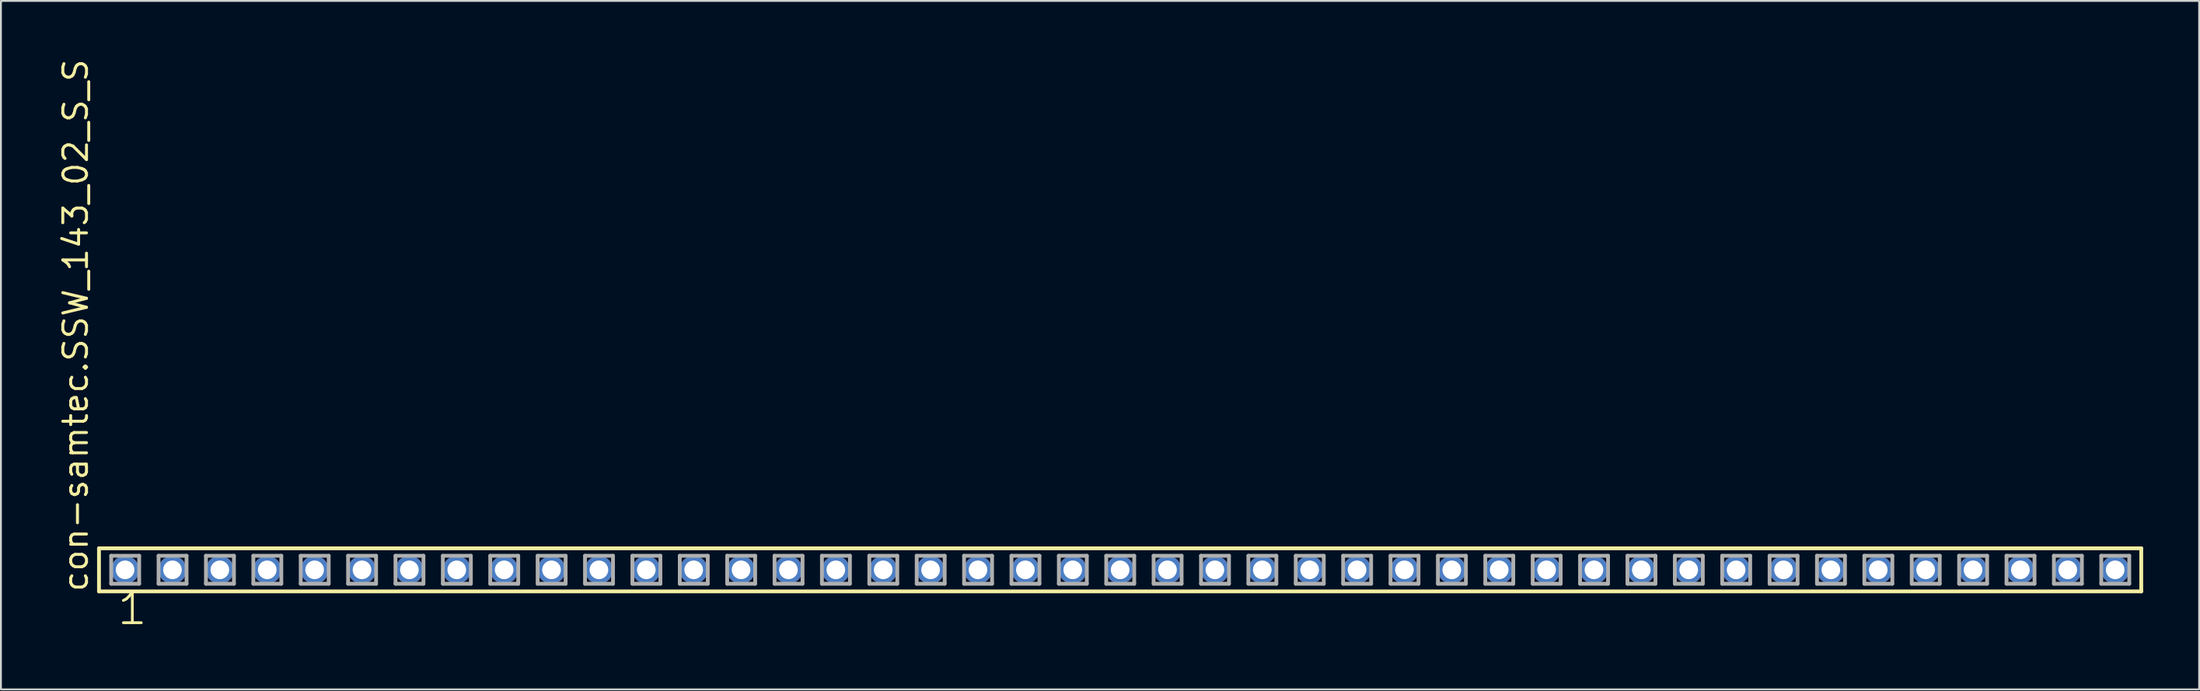
<source format=kicad_pcb>
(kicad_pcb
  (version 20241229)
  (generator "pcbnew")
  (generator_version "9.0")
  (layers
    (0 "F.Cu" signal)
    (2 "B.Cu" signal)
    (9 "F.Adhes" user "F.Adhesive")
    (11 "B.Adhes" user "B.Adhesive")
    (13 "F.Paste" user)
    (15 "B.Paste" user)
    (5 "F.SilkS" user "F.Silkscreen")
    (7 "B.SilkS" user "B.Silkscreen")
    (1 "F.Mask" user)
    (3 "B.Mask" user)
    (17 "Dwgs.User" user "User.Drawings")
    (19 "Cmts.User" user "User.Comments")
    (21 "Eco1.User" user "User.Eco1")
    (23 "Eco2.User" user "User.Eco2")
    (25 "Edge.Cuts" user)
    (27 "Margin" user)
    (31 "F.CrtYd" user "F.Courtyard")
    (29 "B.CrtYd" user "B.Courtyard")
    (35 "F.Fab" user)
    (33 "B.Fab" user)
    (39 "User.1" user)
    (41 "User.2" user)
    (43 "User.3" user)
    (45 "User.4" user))
  (footprint "con-samtec.SSW_143_02_S_S"
    (layer "F.Cu")
    (at 56.995 27.501)
    (property "Reference" "con-samtec.SSW_143_02_S_S" (at -55.245 1.27 90) (layer "F.SilkS") (effects (font (size 1.27 1.27) (thickness 0.16)) (justify left bottom)))
    (attr through_hole)
    (fp_line (start -54.739 -1.155) (end 54.739 -1.155) (stroke (width 0.203) (type default)) (layer "F.SilkS"))
    (fp_line (start -54.739 1.155) (end -54.739 -1.155) (stroke (width 0.203) (type default)) (layer "F.SilkS"))
    (fp_line (start 54.739 -1.155) (end 54.739 1.155) (stroke (width 0.203) (type default)) (layer "F.SilkS"))
    (fp_line (start 54.739 1.155) (end -54.739 1.155) (stroke (width 0.203) (type default)) (layer "F.SilkS"))
    (fp_line (start -54.085 -0.755) (end -52.585 -0.755) (stroke (width 0.203) (type default)) (layer "F.Fab"))
    (fp_line (start -54.085 0.745) (end -54.085 -0.755) (stroke (width 0.203) (type default)) (layer "F.Fab"))
    (fp_line (start -52.585 -0.755) (end -52.585 0.745) (stroke (width 0.203) (type default)) (layer "F.Fab"))
    (fp_line (start -52.585 0.745) (end -54.085 0.745) (stroke (width 0.203) (type default)) (layer "F.Fab"))
    (fp_line (start -51.545 -0.755) (end -50.045 -0.755) (stroke (width 0.203) (type default)) (layer "F.Fab"))
    (fp_line (start -51.545 0.745) (end -51.545 -0.755) (stroke (width 0.203) (type default)) (layer "F.Fab"))
    (fp_line (start -50.045 -0.755) (end -50.045 0.745) (stroke (width 0.203) (type default)) (layer "F.Fab"))
    (fp_line (start -50.045 0.745) (end -51.545 0.745) (stroke (width 0.203) (type default)) (layer "F.Fab"))
    (fp_line (start -49.005 -0.755) (end -47.505 -0.755) (stroke (width 0.203) (type default)) (layer "F.Fab"))
    (fp_line (start -49.005 0.745) (end -49.005 -0.755) (stroke (width 0.203) (type default)) (layer "F.Fab"))
    (fp_line (start -47.505 -0.755) (end -47.505 0.745) (stroke (width 0.203) (type default)) (layer "F.Fab"))
    (fp_line (start -47.505 0.745) (end -49.005 0.745) (stroke (width 0.203) (type default)) (layer "F.Fab"))
    (fp_line (start -46.465 -0.755) (end -44.965 -0.755) (stroke (width 0.203) (type default)) (layer "F.Fab"))
    (fp_line (start -46.465 0.745) (end -46.465 -0.755) (stroke (width 0.203) (type default)) (layer "F.Fab"))
    (fp_line (start -44.965 -0.755) (end -44.965 0.745) (stroke (width 0.203) (type default)) (layer "F.Fab"))
    (fp_line (start -44.965 0.745) (end -46.465 0.745) (stroke (width 0.203) (type default)) (layer "F.Fab"))
    (fp_line (start -43.925 -0.755) (end -42.425 -0.755) (stroke (width 0.203) (type default)) (layer "F.Fab"))
    (fp_line (start -43.925 0.745) (end -43.925 -0.755) (stroke (width 0.203) (type default)) (layer "F.Fab"))
    (fp_line (start -42.425 -0.755) (end -42.425 0.745) (stroke (width 0.203) (type default)) (layer "F.Fab"))
    (fp_line (start -42.425 0.745) (end -43.925 0.745) (stroke (width 0.203) (type default)) (layer "F.Fab"))
    (fp_line (start -41.385 -0.755) (end -39.885 -0.755) (stroke (width 0.203) (type default)) (layer "F.Fab"))
    (fp_line (start -41.385 0.745) (end -41.385 -0.755) (stroke (width 0.203) (type default)) (layer "F.Fab"))
    (fp_line (start -39.885 -0.755) (end -39.885 0.745) (stroke (width 0.203) (type default)) (layer "F.Fab"))
    (fp_line (start -39.885 0.745) (end -41.385 0.745) (stroke (width 0.203) (type default)) (layer "F.Fab"))
    (fp_line (start -38.845 -0.755) (end -37.345 -0.755) (stroke (width 0.203) (type default)) (layer "F.Fab"))
    (fp_line (start -38.845 0.745) (end -38.845 -0.755) (stroke (width 0.203) (type default)) (layer "F.Fab"))
    (fp_line (start -37.345 -0.755) (end -37.345 0.745) (stroke (width 0.203) (type default)) (layer "F.Fab"))
    (fp_line (start -37.345 0.745) (end -38.845 0.745) (stroke (width 0.203) (type default)) (layer "F.Fab"))
    (fp_line (start -36.305 -0.755) (end -34.805 -0.755) (stroke (width 0.203) (type default)) (layer "F.Fab"))
    (fp_line (start -36.305 0.745) (end -36.305 -0.755) (stroke (width 0.203) (type default)) (layer "F.Fab"))
    (fp_line (start -34.805 -0.755) (end -34.805 0.745) (stroke (width 0.203) (type default)) (layer "F.Fab"))
    (fp_line (start -34.805 0.745) (end -36.305 0.745) (stroke (width 0.203) (type default)) (layer "F.Fab"))
    (fp_line (start -33.765 -0.755) (end -32.265 -0.755) (stroke (width 0.203) (type default)) (layer "F.Fab"))
    (fp_line (start -33.765 0.745) (end -33.765 -0.755) (stroke (width 0.203) (type default)) (layer "F.Fab"))
    (fp_line (start -32.265 -0.755) (end -32.265 0.745) (stroke (width 0.203) (type default)) (layer "F.Fab"))
    (fp_line (start -32.265 0.745) (end -33.765 0.745) (stroke (width 0.203) (type default)) (layer "F.Fab"))
    (fp_line (start -31.225 -0.755) (end -29.725 -0.755) (stroke (width 0.203) (type default)) (layer "F.Fab"))
    (fp_line (start -31.225 0.745) (end -31.225 -0.755) (stroke (width 0.203) (type default)) (layer "F.Fab"))
    (fp_line (start -29.725 -0.755) (end -29.725 0.745) (stroke (width 0.203) (type default)) (layer "F.Fab"))
    (fp_line (start -29.725 0.745) (end -31.225 0.745) (stroke (width 0.203) (type default)) (layer "F.Fab"))
    (fp_line (start -28.685 -0.755) (end -27.185 -0.755) (stroke (width 0.203) (type default)) (layer "F.Fab"))
    (fp_line (start -28.685 0.745) (end -28.685 -0.755) (stroke (width 0.203) (type default)) (layer "F.Fab"))
    (fp_line (start -27.185 -0.755) (end -27.185 0.745) (stroke (width 0.203) (type default)) (layer "F.Fab"))
    (fp_line (start -27.185 0.745) (end -28.685 0.745) (stroke (width 0.203) (type default)) (layer "F.Fab"))
    (fp_line (start -26.145 -0.755) (end -24.645 -0.755) (stroke (width 0.203) (type default)) (layer "F.Fab"))
    (fp_line (start -26.145 0.745) (end -26.145 -0.755) (stroke (width 0.203) (type default)) (layer "F.Fab"))
    (fp_line (start -24.645 -0.755) (end -24.645 0.745) (stroke (width 0.203) (type default)) (layer "F.Fab"))
    (fp_line (start -24.645 0.745) (end -26.145 0.745) (stroke (width 0.203) (type default)) (layer "F.Fab"))
    (fp_line (start -23.605 -0.755) (end -22.105 -0.755) (stroke (width 0.203) (type default)) (layer "F.Fab"))
    (fp_line (start -23.605 0.745) (end -23.605 -0.755) (stroke (width 0.203) (type default)) (layer "F.Fab"))
    (fp_line (start -22.105 -0.755) (end -22.105 0.745) (stroke (width 0.203) (type default)) (layer "F.Fab"))
    (fp_line (start -22.105 0.745) (end -23.605 0.745) (stroke (width 0.203) (type default)) (layer "F.Fab"))
    (fp_line (start -21.065 -0.755) (end -19.565 -0.755) (stroke (width 0.203) (type default)) (layer "F.Fab"))
    (fp_line (start -21.065 0.745) (end -21.065 -0.755) (stroke (width 0.203) (type default)) (layer "F.Fab"))
    (fp_line (start -19.565 -0.755) (end -19.565 0.745) (stroke (width 0.203) (type default)) (layer "F.Fab"))
    (fp_line (start -19.565 0.745) (end -21.065 0.745) (stroke (width 0.203) (type default)) (layer "F.Fab"))
    (fp_line (start -18.525 -0.755) (end -17.025 -0.755) (stroke (width 0.203) (type default)) (layer "F.Fab"))
    (fp_line (start -18.525 0.745) (end -18.525 -0.755) (stroke (width 0.203) (type default)) (layer "F.Fab"))
    (fp_line (start -17.025 -0.755) (end -17.025 0.745) (stroke (width 0.203) (type default)) (layer "F.Fab"))
    (fp_line (start -17.025 0.745) (end -18.525 0.745) (stroke (width 0.203) (type default)) (layer "F.Fab"))
    (fp_line (start -15.985 -0.755) (end -14.485 -0.755) (stroke (width 0.203) (type default)) (layer "F.Fab"))
    (fp_line (start -15.985 0.745) (end -15.985 -0.755) (stroke (width 0.203) (type default)) (layer "F.Fab"))
    (fp_line (start -14.485 -0.755) (end -14.485 0.745) (stroke (width 0.203) (type default)) (layer "F.Fab"))
    (fp_line (start -14.485 0.745) (end -15.985 0.745) (stroke (width 0.203) (type default)) (layer "F.Fab"))
    (fp_line (start -13.445 -0.755) (end -11.945 -0.755) (stroke (width 0.203) (type default)) (layer "F.Fab"))
    (fp_line (start -13.445 0.745) (end -13.445 -0.755) (stroke (width 0.203) (type default)) (layer "F.Fab"))
    (fp_line (start -11.945 -0.755) (end -11.945 0.745) (stroke (width 0.203) (type default)) (layer "F.Fab"))
    (fp_line (start -11.945 0.745) (end -13.445 0.745) (stroke (width 0.203) (type default)) (layer "F.Fab"))
    (fp_line (start -10.905 -0.755) (end -9.405 -0.755) (stroke (width 0.203) (type default)) (layer "F.Fab"))
    (fp_line (start -10.905 0.745) (end -10.905 -0.755) (stroke (width 0.203) (type default)) (layer "F.Fab"))
    (fp_line (start -9.405 -0.755) (end -9.405 0.745) (stroke (width 0.203) (type default)) (layer "F.Fab"))
    (fp_line (start -9.405 0.745) (end -10.905 0.745) (stroke (width 0.203) (type default)) (layer "F.Fab"))
    (fp_line (start -8.365 -0.755) (end -6.865 -0.755) (stroke (width 0.203) (type default)) (layer "F.Fab"))
    (fp_line (start -8.365 0.745) (end -8.365 -0.755) (stroke (width 0.203) (type default)) (layer "F.Fab"))
    (fp_line (start -6.865 -0.755) (end -6.865 0.745) (stroke (width 0.203) (type default)) (layer "F.Fab"))
    (fp_line (start -6.865 0.745) (end -8.365 0.745) (stroke (width 0.203) (type default)) (layer "F.Fab"))
    (fp_line (start -5.825 -0.755) (end -4.325 -0.755) (stroke (width 0.203) (type default)) (layer "F.Fab"))
    (fp_line (start -5.825 0.745) (end -5.825 -0.755) (stroke (width 0.203) (type default)) (layer "F.Fab"))
    (fp_line (start -4.325 -0.755) (end -4.325 0.745) (stroke (width 0.203) (type default)) (layer "F.Fab"))
    (fp_line (start -4.325 0.745) (end -5.825 0.745) (stroke (width 0.203) (type default)) (layer "F.Fab"))
    (fp_line (start -3.285 -0.755) (end -1.785 -0.755) (stroke (width 0.203) (type default)) (layer "F.Fab"))
    (fp_line (start -3.285 0.745) (end -3.285 -0.755) (stroke (width 0.203) (type default)) (layer "F.Fab"))
    (fp_line (start -1.785 -0.755) (end -1.785 0.745) (stroke (width 0.203) (type default)) (layer "F.Fab"))
    (fp_line (start -1.785 0.745) (end -3.285 0.745) (stroke (width 0.203) (type default)) (layer "F.Fab"))
    (fp_line (start -0.745 -0.755) (end 0.755 -0.755) (stroke (width 0.203) (type default)) (layer "F.Fab"))
    (fp_line (start -0.745 0.745) (end -0.745 -0.755) (stroke (width 0.203) (type default)) (layer "F.Fab"))
    (fp_line (start 0.755 -0.755) (end 0.755 0.745) (stroke (width 0.203) (type default)) (layer "F.Fab"))
    (fp_line (start 0.755 0.745) (end -0.745 0.745) (stroke (width 0.203) (type default)) (layer "F.Fab"))
    (fp_line (start 1.795 -0.755) (end 3.295 -0.755) (stroke (width 0.203) (type default)) (layer "F.Fab"))
    (fp_line (start 1.795 0.745) (end 1.795 -0.755) (stroke (width 0.203) (type default)) (layer "F.Fab"))
    (fp_line (start 3.295 -0.755) (end 3.295 0.745) (stroke (width 0.203) (type default)) (layer "F.Fab"))
    (fp_line (start 3.295 0.745) (end 1.795 0.745) (stroke (width 0.203) (type default)) (layer "F.Fab"))
    (fp_line (start 4.335 -0.755) (end 5.835 -0.755) (stroke (width 0.203) (type default)) (layer "F.Fab"))
    (fp_line (start 4.335 0.745) (end 4.335 -0.755) (stroke (width 0.203) (type default)) (layer "F.Fab"))
    (fp_line (start 5.835 -0.755) (end 5.835 0.745) (stroke (width 0.203) (type default)) (layer "F.Fab"))
    (fp_line (start 5.835 0.745) (end 4.335 0.745) (stroke (width 0.203) (type default)) (layer "F.Fab"))
    (fp_line (start 6.875 -0.755) (end 8.375 -0.755) (stroke (width 0.203) (type default)) (layer "F.Fab"))
    (fp_line (start 6.875 0.745) (end 6.875 -0.755) (stroke (width 0.203) (type default)) (layer "F.Fab"))
    (fp_line (start 8.375 -0.755) (end 8.375 0.745) (stroke (width 0.203) (type default)) (layer "F.Fab"))
    (fp_line (start 8.375 0.745) (end 6.875 0.745) (stroke (width 0.203) (type default)) (layer "F.Fab"))
    (fp_line (start 9.415 -0.755) (end 10.915 -0.755) (stroke (width 0.203) (type default)) (layer "F.Fab"))
    (fp_line (start 9.415 0.745) (end 9.415 -0.755) (stroke (width 0.203) (type default)) (layer "F.Fab"))
    (fp_line (start 10.915 -0.755) (end 10.915 0.745) (stroke (width 0.203) (type default)) (layer "F.Fab"))
    (fp_line (start 10.915 0.745) (end 9.415 0.745) (stroke (width 0.203) (type default)) (layer "F.Fab"))
    (fp_line (start 11.955 -0.755) (end 13.455 -0.755) (stroke (width 0.203) (type default)) (layer "F.Fab"))
    (fp_line (start 11.955 0.745) (end 11.955 -0.755) (stroke (width 0.203) (type default)) (layer "F.Fab"))
    (fp_line (start 13.455 -0.755) (end 13.455 0.745) (stroke (width 0.203) (type default)) (layer "F.Fab"))
    (fp_line (start 13.455 0.745) (end 11.955 0.745) (stroke (width 0.203) (type default)) (layer "F.Fab"))
    (fp_line (start 14.495 -0.755) (end 15.995 -0.755) (stroke (width 0.203) (type default)) (layer "F.Fab"))
    (fp_line (start 14.495 0.745) (end 14.495 -0.755) (stroke (width 0.203) (type default)) (layer "F.Fab"))
    (fp_line (start 15.995 -0.755) (end 15.995 0.745) (stroke (width 0.203) (type default)) (layer "F.Fab"))
    (fp_line (start 15.995 0.745) (end 14.495 0.745) (stroke (width 0.203) (type default)) (layer "F.Fab"))
    (fp_line (start 17.035 -0.755) (end 18.535 -0.755) (stroke (width 0.203) (type default)) (layer "F.Fab"))
    (fp_line (start 17.035 0.745) (end 17.035 -0.755) (stroke (width 0.203) (type default)) (layer "F.Fab"))
    (fp_line (start 18.535 -0.755) (end 18.535 0.745) (stroke (width 0.203) (type default)) (layer "F.Fab"))
    (fp_line (start 18.535 0.745) (end 17.035 0.745) (stroke (width 0.203) (type default)) (layer "F.Fab"))
    (fp_line (start 19.575 -0.755) (end 21.075 -0.755) (stroke (width 0.203) (type default)) (layer "F.Fab"))
    (fp_line (start 19.575 0.745) (end 19.575 -0.755) (stroke (width 0.203) (type default)) (layer "F.Fab"))
    (fp_line (start 21.075 -0.755) (end 21.075 0.745) (stroke (width 0.203) (type default)) (layer "F.Fab"))
    (fp_line (start 21.075 0.745) (end 19.575 0.745) (stroke (width 0.203) (type default)) (layer "F.Fab"))
    (fp_line (start 22.115 -0.755) (end 23.615 -0.755) (stroke (width 0.203) (type default)) (layer "F.Fab"))
    (fp_line (start 22.115 0.745) (end 22.115 -0.755) (stroke (width 0.203) (type default)) (layer "F.Fab"))
    (fp_line (start 23.615 -0.755) (end 23.615 0.745) (stroke (width 0.203) (type default)) (layer "F.Fab"))
    (fp_line (start 23.615 0.745) (end 22.115 0.745) (stroke (width 0.203) (type default)) (layer "F.Fab"))
    (fp_line (start 24.655 -0.755) (end 26.155 -0.755) (stroke (width 0.203) (type default)) (layer "F.Fab"))
    (fp_line (start 24.655 0.745) (end 24.655 -0.755) (stroke (width 0.203) (type default)) (layer "F.Fab"))
    (fp_line (start 26.155 -0.755) (end 26.155 0.745) (stroke (width 0.203) (type default)) (layer "F.Fab"))
    (fp_line (start 26.155 0.745) (end 24.655 0.745) (stroke (width 0.203) (type default)) (layer "F.Fab"))
    (fp_line (start 27.195 -0.755) (end 28.695 -0.755) (stroke (width 0.203) (type default)) (layer "F.Fab"))
    (fp_line (start 27.195 0.745) (end 27.195 -0.755) (stroke (width 0.203) (type default)) (layer "F.Fab"))
    (fp_line (start 28.695 -0.755) (end 28.695 0.745) (stroke (width 0.203) (type default)) (layer "F.Fab"))
    (fp_line (start 28.695 0.745) (end 27.195 0.745) (stroke (width 0.203) (type default)) (layer "F.Fab"))
    (fp_line (start 29.735 -0.755) (end 31.235 -0.755) (stroke (width 0.203) (type default)) (layer "F.Fab"))
    (fp_line (start 29.735 0.745) (end 29.735 -0.755) (stroke (width 0.203) (type default)) (layer "F.Fab"))
    (fp_line (start 31.235 -0.755) (end 31.235 0.745) (stroke (width 0.203) (type default)) (layer "F.Fab"))
    (fp_line (start 31.235 0.745) (end 29.735 0.745) (stroke (width 0.203) (type default)) (layer "F.Fab"))
    (fp_line (start 32.275 -0.755) (end 33.775 -0.755) (stroke (width 0.203) (type default)) (layer "F.Fab"))
    (fp_line (start 32.275 0.745) (end 32.275 -0.755) (stroke (width 0.203) (type default)) (layer "F.Fab"))
    (fp_line (start 33.775 -0.755) (end 33.775 0.745) (stroke (width 0.203) (type default)) (layer "F.Fab"))
    (fp_line (start 33.775 0.745) (end 32.275 0.745) (stroke (width 0.203) (type default)) (layer "F.Fab"))
    (fp_line (start 34.815 -0.755) (end 36.315 -0.755) (stroke (width 0.203) (type default)) (layer "F.Fab"))
    (fp_line (start 34.815 0.745) (end 34.815 -0.755) (stroke (width 0.203) (type default)) (layer "F.Fab"))
    (fp_line (start 36.315 -0.755) (end 36.315 0.745) (stroke (width 0.203) (type default)) (layer "F.Fab"))
    (fp_line (start 36.315 0.745) (end 34.815 0.745) (stroke (width 0.203) (type default)) (layer "F.Fab"))
    (fp_line (start 37.355 -0.755) (end 38.855 -0.755) (stroke (width 0.203) (type default)) (layer "F.Fab"))
    (fp_line (start 37.355 0.745) (end 37.355 -0.755) (stroke (width 0.203) (type default)) (layer "F.Fab"))
    (fp_line (start 38.855 -0.755) (end 38.855 0.745) (stroke (width 0.203) (type default)) (layer "F.Fab"))
    (fp_line (start 38.855 0.745) (end 37.355 0.745) (stroke (width 0.203) (type default)) (layer "F.Fab"))
    (fp_line (start 39.895 -0.755) (end 41.395 -0.755) (stroke (width 0.203) (type default)) (layer "F.Fab"))
    (fp_line (start 39.895 0.745) (end 39.895 -0.755) (stroke (width 0.203) (type default)) (layer "F.Fab"))
    (fp_line (start 41.395 -0.755) (end 41.395 0.745) (stroke (width 0.203) (type default)) (layer "F.Fab"))
    (fp_line (start 41.395 0.745) (end 39.895 0.745) (stroke (width 0.203) (type default)) (layer "F.Fab"))
    (fp_line (start 42.435 -0.755) (end 43.935 -0.755) (stroke (width 0.203) (type default)) (layer "F.Fab"))
    (fp_line (start 42.435 0.745) (end 42.435 -0.755) (stroke (width 0.203) (type default)) (layer "F.Fab"))
    (fp_line (start 43.935 -0.755) (end 43.935 0.745) (stroke (width 0.203) (type default)) (layer "F.Fab"))
    (fp_line (start 43.935 0.745) (end 42.435 0.745) (stroke (width 0.203) (type default)) (layer "F.Fab"))
    (fp_line (start 44.975 -0.755) (end 46.475 -0.755) (stroke (width 0.203) (type default)) (layer "F.Fab"))
    (fp_line (start 44.975 0.745) (end 44.975 -0.755) (stroke (width 0.203) (type default)) (layer "F.Fab"))
    (fp_line (start 46.475 -0.755) (end 46.475 0.745) (stroke (width 0.203) (type default)) (layer "F.Fab"))
    (fp_line (start 46.475 0.745) (end 44.975 0.745) (stroke (width 0.203) (type default)) (layer "F.Fab"))
    (fp_line (start 47.515 -0.755) (end 49.015 -0.755) (stroke (width 0.203) (type default)) (layer "F.Fab"))
    (fp_line (start 47.515 0.745) (end 47.515 -0.755) (stroke (width 0.203) (type default)) (layer "F.Fab"))
    (fp_line (start 49.015 -0.755) (end 49.015 0.745) (stroke (width 0.203) (type default)) (layer "F.Fab"))
    (fp_line (start 49.015 0.745) (end 47.515 0.745) (stroke (width 0.203) (type default)) (layer "F.Fab"))
    (fp_line (start 50.055 -0.755) (end 51.555 -0.755) (stroke (width 0.203) (type default)) (layer "F.Fab"))
    (fp_line (start 50.055 0.745) (end 50.055 -0.755) (stroke (width 0.203) (type default)) (layer "F.Fab"))
    (fp_line (start 51.555 -0.755) (end 51.555 0.745) (stroke (width 0.203) (type default)) (layer "F.Fab"))
    (fp_line (start 51.555 0.745) (end 50.055 0.745) (stroke (width 0.203) (type default)) (layer "F.Fab"))
    (fp_line (start 52.595 -0.755) (end 54.095 -0.755) (stroke (width 0.203) (type default)) (layer "F.Fab"))
    (fp_line (start 52.595 0.745) (end 52.595 -0.755) (stroke (width 0.203) (type default)) (layer "F.Fab"))
    (fp_line (start 54.095 -0.755) (end 54.095 0.745) (stroke (width 0.203) (type default)) (layer "F.Fab"))
    (fp_line (start 54.095 0.745) (end 52.595 0.745) (stroke (width 0.203) (type default)) (layer "F.Fab"))
    (fp_text user "1" (at -53.848 3.048 0) (layer "F.SilkS") (effects (font (size 1.676 1.676) (thickness 0.15)) (justify left bottom)))
    (pad "1" thru_hole circle (at -53.34 0) (size 1.5 1.5) (drill 1) (layers "*.Cu" "*.Mask"))
    (pad "2" thru_hole circle (at -50.8 0) (size 1.5 1.5) (drill 1) (layers "*.Cu" "*.Mask"))
    (pad "3" thru_hole circle (at -48.26 0) (size 1.5 1.5) (drill 1) (layers "*.Cu" "*.Mask"))
    (pad "4" thru_hole circle (at -45.72 0) (size 1.5 1.5) (drill 1) (layers "*.Cu" "*.Mask"))
    (pad "5" thru_hole circle (at -43.18 0) (size 1.5 1.5) (drill 1) (layers "*.Cu" "*.Mask"))
    (pad "6" thru_hole circle (at -40.64 0) (size 1.5 1.5) (drill 1) (layers "*.Cu" "*.Mask"))
    (pad "7" thru_hole circle (at -38.1 0) (size 1.5 1.5) (drill 1) (layers "*.Cu" "*.Mask"))
    (pad "8" thru_hole circle (at -35.56 0) (size 1.5 1.5) (drill 1) (layers "*.Cu" "*.Mask"))
    (pad "9" thru_hole circle (at -33.02 0) (size 1.5 1.5) (drill 1) (layers "*.Cu" "*.Mask"))
    (pad "10" thru_hole circle (at -30.48 0) (size 1.5 1.5) (drill 1) (layers "*.Cu" "*.Mask"))
    (pad "11" thru_hole circle (at -27.94 0) (size 1.5 1.5) (drill 1) (layers "*.Cu" "*.Mask"))
    (pad "12" thru_hole circle (at -25.4 0) (size 1.5 1.5) (drill 1) (layers "*.Cu" "*.Mask"))
    (pad "13" thru_hole circle (at -22.86 0) (size 1.5 1.5) (drill 1) (layers "*.Cu" "*.Mask"))
    (pad "14" thru_hole circle (at -20.32 0) (size 1.5 1.5) (drill 1) (layers "*.Cu" "*.Mask"))
    (pad "15" thru_hole circle (at -17.78 0) (size 1.5 1.5) (drill 1) (layers "*.Cu" "*.Mask"))
    (pad "16" thru_hole circle (at -15.24 0) (size 1.5 1.5) (drill 1) (layers "*.Cu" "*.Mask"))
    (pad "17" thru_hole circle (at -12.7 0) (size 1.5 1.5) (drill 1) (layers "*.Cu" "*.Mask"))
    (pad "18" thru_hole circle (at -10.16 0) (size 1.5 1.5) (drill 1) (layers "*.Cu" "*.Mask"))
    (pad "19" thru_hole circle (at -7.62 0) (size 1.5 1.5) (drill 1) (layers "*.Cu" "*.Mask"))
    (pad "20" thru_hole circle (at -5.08 0) (size 1.5 1.5) (drill 1) (layers "*.Cu" "*.Mask"))
    (pad "21" thru_hole circle (at -2.54 0) (size 1.5 1.5) (drill 1) (layers "*.Cu" "*.Mask"))
    (pad "22" thru_hole circle (at 0 0) (size 1.5 1.5) (drill 1) (layers "*.Cu" "*.Mask"))
    (pad "23" thru_hole circle (at 2.54 0) (size 1.5 1.5) (drill 1) (layers "*.Cu" "*.Mask"))
    (pad "24" thru_hole circle (at 5.08 0) (size 1.5 1.5) (drill 1) (layers "*.Cu" "*.Mask"))
    (pad "25" thru_hole circle (at 7.62 0) (size 1.5 1.5) (drill 1) (layers "*.Cu" "*.Mask"))
    (pad "26" thru_hole circle (at 10.16 0) (size 1.5 1.5) (drill 1) (layers "*.Cu" "*.Mask"))
    (pad "27" thru_hole circle (at 12.7 0) (size 1.5 1.5) (drill 1) (layers "*.Cu" "*.Mask"))
    (pad "28" thru_hole circle (at 15.24 0) (size 1.5 1.5) (drill 1) (layers "*.Cu" "*.Mask"))
    (pad "29" thru_hole circle (at 17.78 0) (size 1.5 1.5) (drill 1) (layers "*.Cu" "*.Mask"))
    (pad "30" thru_hole circle (at 20.32 0) (size 1.5 1.5) (drill 1) (layers "*.Cu" "*.Mask"))
    (pad "31" thru_hole circle (at 22.86 0) (size 1.5 1.5) (drill 1) (layers "*.Cu" "*.Mask"))
    (pad "32" thru_hole circle (at 25.4 0) (size 1.5 1.5) (drill 1) (layers "*.Cu" "*.Mask"))
    (pad "33" thru_hole circle (at 27.94 0) (size 1.5 1.5) (drill 1) (layers "*.Cu" "*.Mask"))
    (pad "34" thru_hole circle (at 30.48 0) (size 1.5 1.5) (drill 1) (layers "*.Cu" "*.Mask"))
    (pad "35" thru_hole circle (at 33.02 0) (size 1.5 1.5) (drill 1) (layers "*.Cu" "*.Mask"))
    (pad "36" thru_hole circle (at 35.56 0) (size 1.5 1.5) (drill 1) (layers "*.Cu" "*.Mask"))
    (pad "37" thru_hole circle (at 38.1 0) (size 1.5 1.5) (drill 1) (layers "*.Cu" "*.Mask"))
    (pad "38" thru_hole circle (at 40.64 0) (size 1.5 1.5) (drill 1) (layers "*.Cu" "*.Mask"))
    (pad "39" thru_hole circle (at 43.18 0) (size 1.5 1.5) (drill 1) (layers "*.Cu" "*.Mask"))
    (pad "40" thru_hole circle (at 45.72 0) (size 1.5 1.5) (drill 1) (layers "*.Cu" "*.Mask"))
    (pad "41" thru_hole circle (at 48.26 0) (size 1.5 1.5) (drill 1) (layers "*.Cu" "*.Mask"))
    (pad "42" thru_hole circle (at 50.8 0) (size 1.5 1.5) (drill 1) (layers "*.Cu" "*.Mask"))
    (pad "43" thru_hole circle (at 53.34 0) (size 1.5 1.5) (drill 1) (layers "*.Cu" "*.Mask")))
  (gr_rect
    (start -3 -3)
    (end 114.836 33.91)
    (stroke (width 0.1) (type default))
    (fill no)
    (layer "Edge.Cuts")))
</source>
